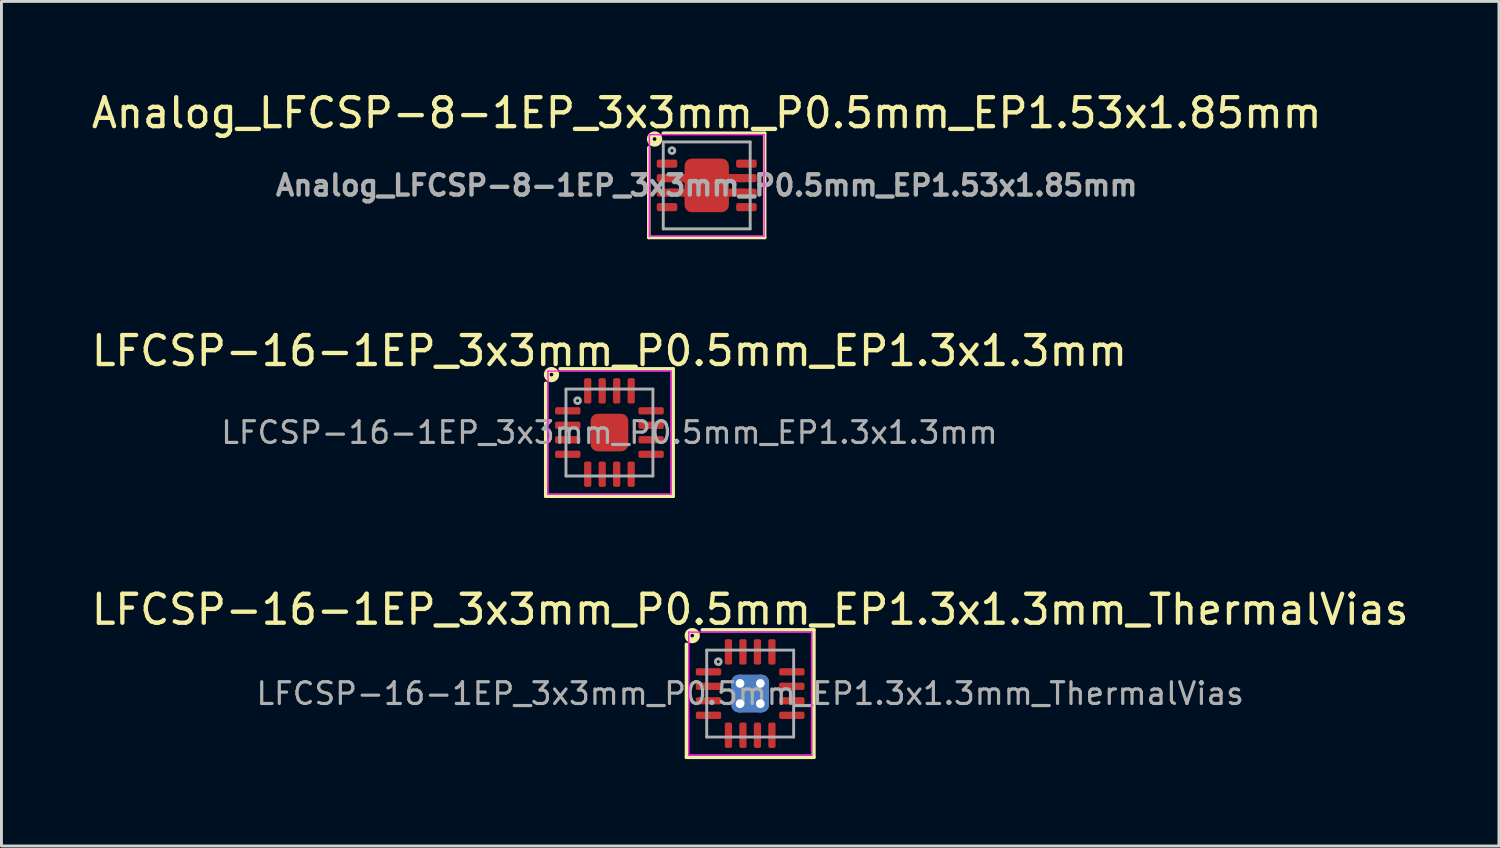
<source format=kicad_pcb>
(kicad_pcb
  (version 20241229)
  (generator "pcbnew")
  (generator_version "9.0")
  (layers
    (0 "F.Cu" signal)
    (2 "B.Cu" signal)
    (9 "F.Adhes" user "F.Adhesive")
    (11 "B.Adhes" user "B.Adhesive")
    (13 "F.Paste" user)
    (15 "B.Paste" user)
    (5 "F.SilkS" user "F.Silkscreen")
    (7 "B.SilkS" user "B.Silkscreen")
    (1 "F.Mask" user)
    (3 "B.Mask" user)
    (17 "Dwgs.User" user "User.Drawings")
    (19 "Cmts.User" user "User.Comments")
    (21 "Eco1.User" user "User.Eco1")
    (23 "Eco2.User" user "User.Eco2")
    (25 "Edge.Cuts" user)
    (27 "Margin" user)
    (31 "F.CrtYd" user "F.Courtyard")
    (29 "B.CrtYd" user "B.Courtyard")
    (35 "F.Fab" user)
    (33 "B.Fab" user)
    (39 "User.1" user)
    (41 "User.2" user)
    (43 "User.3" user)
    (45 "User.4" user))
  (footprint "LFCSP-16-1EP_3x3mm_P0.5mm_EP1.3x1.3mm_ThermalVias"
    (layer "F.Cu")
    (at 22.839 20.885)
    (property "Reference" "LFCSP-16-1EP_3x3mm_P0.5mm_EP1.3x1.3mm_ThermalVias" (at 0 -2.9 0) (layer "F.SilkS") (effects (font (size 1 1) (thickness 0.15))))
    (attr smd)
    (fp_line (start -2.2 2.2) (end -2.2 -1.7) (stroke (width 0.12) (type solid)) (layer "F.SilkS"))
    (fp_line (start 2.2 -2.2) (end -1.65 -2.2) (stroke (width 0.12) (type solid)) (layer "F.SilkS"))
    (fp_line (start 2.2 -2.2) (end 2.2 2.2) (stroke (width 0.12) (type solid)) (layer "F.SilkS"))
    (fp_line (start 2.2 2.2) (end -2.2 2.2) (stroke (width 0.12) (type solid)) (layer "F.SilkS"))
    (fp_circle (center -2 -2) (end -1.937 -2) (stroke (width 0.2) (type solid)) (fill no) (layer "F.SilkS"))
    (fp_line (start -2.12 -2.12) (end -2.12 2.12) (stroke (width 0.05) (type solid)) (layer "F.CrtYd"))
    (fp_line (start -2.12 2.12) (end 2.12 2.12) (stroke (width 0.05) (type solid)) (layer "F.CrtYd"))
    (fp_line (start 2.12 -2.12) (end -2.12 -2.12) (stroke (width 0.05) (type solid)) (layer "F.CrtYd"))
    (fp_line (start 2.12 2.12) (end 2.12 -2.12) (stroke (width 0.05) (type solid)) (layer "F.CrtYd"))
    (fp_line (start -1.5 -1.5) (end 1.5 -1.5) (stroke (width 0.1) (type solid)) (layer "F.Fab"))
    (fp_line (start -1.5 1.5) (end -1.5 -1.5) (stroke (width 0.1) (type solid)) (layer "F.Fab"))
    (fp_line (start 1.5 -1.5) (end 1.5 1.5) (stroke (width 0.1) (type solid)) (layer "F.Fab"))
    (fp_line (start 1.5 1.5) (end -1.5 1.5) (stroke (width 0.1) (type solid)) (layer "F.Fab"))
    (fp_circle (center -1.1 -1.1) (end -1 -1.1) (stroke (width 0.1) (type solid)) (fill no) (layer "F.Fab"))
    (fp_text user "${REFERENCE}" (at 0 0 0) (layer "F.Fab") (effects (font (size 0.75 0.75) (thickness 0.11))))
    (pad "" smd roundrect (at -0.325 -0.325) (size 0.52 0.52) (layers "F.Paste") (roundrect_rratio 0.25))
    (pad "" smd roundrect (at -0.325 0.325) (size 0.52 0.52) (layers "F.Paste") (roundrect_rratio 0.25))
    (pad "" smd roundrect (at 0.325 -0.325) (size 0.52 0.52) (layers "F.Paste") (roundrect_rratio 0.25))
    (pad "" smd roundrect (at 0.325 0.325) (size 0.52 0.52) (layers "F.Paste") (roundrect_rratio 0.25))
    (pad "1" smd roundrect (at -1.438 -0.75) (size 0.875 0.25) (layers "F.Cu" "F.Mask" "F.Paste") (roundrect_rratio 0.25))
    (pad "2" smd roundrect (at -1.438 -0.25) (size 0.875 0.25) (layers "F.Cu" "F.Mask" "F.Paste") (roundrect_rratio 0.25))
    (pad "3" smd roundrect (at -1.438 0.25) (size 0.875 0.25) (layers "F.Cu" "F.Mask" "F.Paste") (roundrect_rratio 0.25))
    (pad "4" smd roundrect (at -1.438 0.75) (size 0.875 0.25) (layers "F.Cu" "F.Mask" "F.Paste") (roundrect_rratio 0.25))
    (pad "5" smd roundrect (at -0.75 1.438) (size 0.25 0.875) (layers "F.Cu" "F.Mask" "F.Paste") (roundrect_rratio 0.25))
    (pad "6" smd roundrect (at -0.25 1.438) (size 0.25 0.875) (layers "F.Cu" "F.Mask" "F.Paste") (roundrect_rratio 0.25))
    (pad "7" smd roundrect (at 0.25 1.438) (size 0.25 0.875) (layers "F.Cu" "F.Mask" "F.Paste") (roundrect_rratio 0.25))
    (pad "8" smd roundrect (at 0.75 1.438) (size 0.25 0.875) (layers "F.Cu" "F.Mask" "F.Paste") (roundrect_rratio 0.25))
    (pad "9" smd roundrect (at 1.438 0.75) (size 0.875 0.25) (layers "F.Cu" "F.Mask" "F.Paste") (roundrect_rratio 0.25))
    (pad "10" smd roundrect (at 1.438 0.25) (size 0.875 0.25) (layers "F.Cu" "F.Mask" "F.Paste") (roundrect_rratio 0.25))
    (pad "11" smd roundrect (at 1.438 -0.25) (size 0.875 0.25) (layers "F.Cu" "F.Mask" "F.Paste") (roundrect_rratio 0.25))
    (pad "12" smd roundrect (at 1.438 -0.75) (size 0.875 0.25) (layers "F.Cu" "F.Mask" "F.Paste") (roundrect_rratio 0.25))
    (pad "13" smd roundrect (at 0.75 -1.438) (size 0.25 0.875) (layers "F.Cu" "F.Mask" "F.Paste") (roundrect_rratio 0.25))
    (pad "14" smd roundrect (at 0.25 -1.438) (size 0.25 0.875) (layers "F.Cu" "F.Mask" "F.Paste") (roundrect_rratio 0.25))
    (pad "15" smd roundrect (at -0.25 -1.438) (size 0.25 0.875) (layers "F.Cu" "F.Mask" "F.Paste") (roundrect_rratio 0.25))
    (pad "16" smd roundrect (at -0.75 -1.438) (size 0.25 0.875) (layers "F.Cu" "F.Mask" "F.Paste") (roundrect_rratio 0.25))
    (pad "17" thru_hole circle (at -0.35 -0.35) (size 0.6 0.6) (drill 0.3) (property pad_prop_heatsink) (layers "*.Cu"))
    (pad "17" thru_hole circle (at -0.35 0.35) (size 0.6 0.6) (drill 0.3) (property pad_prop_heatsink) (layers "*.Cu"))
    (pad "17" smd roundrect (at 0 0) (size 1.3 1.3) (layers "F.Cu" "F.Mask") (roundrect_rratio 0.192))
    (pad "17" smd roundrect (at 0 0) (size 1.3 1.3) (layers "B.Cu" "B.Mask") (roundrect_rratio 0.192))
    (pad "17" thru_hole circle (at 0.35 -0.35) (size 0.6 0.6) (drill 0.3) (property pad_prop_heatsink) (layers "*.Cu"))
    (pad "17" thru_hole circle (at 0.35 0.35) (size 0.6 0.6) (drill 0.3) (property pad_prop_heatsink) (layers "*.Cu")))
  (footprint "Analog_LFCSP-8-1EP_3x3mm_P0.5mm_EP1.53x1.85mm"
    (layer "F.Cu")
    (at 21.339 3.348)
    (property "Reference" "Analog_LFCSP-8-1EP_3x3mm_P0.5mm_EP1.53x1.85mm" (at 0 -2.5 0) (layer "F.SilkS") (effects (font (size 1 1) (thickness 0.15))))
    (attr smd)
    (fp_line (start -2 1.8) (end -2 -1.3) (stroke (width 0.12) (type solid)) (layer "F.SilkS"))
    (fp_line (start 2 -1.8) (end -1.5 -1.8) (stroke (width 0.12) (type solid)) (layer "F.SilkS"))
    (fp_line (start 2 -1.8) (end 2 1.8) (stroke (width 0.12) (type solid)) (layer "F.SilkS"))
    (fp_line (start 2 1.8) (end -2 1.8) (stroke (width 0.12) (type solid)) (layer "F.SilkS"))
    (fp_circle (center -1.8 -1.6) (end -1.736 -1.6) (stroke (width 0.2) (type solid)) (fill no) (layer "F.SilkS"))
    (fp_line (start -1.98 -1.75) (end 1.98 -1.75) (stroke (width 0.05) (type solid)) (layer "F.CrtYd"))
    (fp_line (start -1.98 1.75) (end -1.98 -1.75) (stroke (width 0.05) (type solid)) (layer "F.CrtYd"))
    (fp_line (start 1.98 -1.75) (end 1.98 1.75) (stroke (width 0.05) (type solid)) (layer "F.CrtYd"))
    (fp_line (start 1.98 1.75) (end -1.98 1.75) (stroke (width 0.05) (type solid)) (layer "F.CrtYd"))
    (fp_line (start -1.5 -1.5) (end -1.5 1.5) (stroke (width 0.1) (type solid)) (layer "F.Fab"))
    (fp_line (start -1.5 -1.5) (end 1.5 -1.5) (stroke (width 0.1) (type solid)) (layer "F.Fab"))
    (fp_line (start 1.5 1.5) (end -1.5 1.5) (stroke (width 0.1) (type solid)) (layer "F.Fab"))
    (fp_line (start 1.5 1.5) (end 1.5 -1.5) (stroke (width 0.1) (type solid)) (layer "F.Fab"))
    (fp_circle (center -1.2 -1.2) (end -1.1 -1.2) (stroke (width 0.1) (type solid)) (fill no) (layer "F.Fab"))
    (fp_text user "${REFERENCE}" (at 0 0 180) (layer "F.Fab") (effects (font (size 0.7 0.7) (thickness 0.15))))
    (pad "" smd roundrect (at 0 0) (size 1.2 1.55) (layers "F.Paste") (roundrect_rratio 0.208))
    (pad "1" smd roundrect (at -1.37 -0.75) (size 0.71 0.28) (layers "F.Cu" "F.Mask" "F.Paste") (roundrect_rratio 0.25))
    (pad "2" smd roundrect (at -1.37 -0.25) (size 0.71 0.28) (layers "F.Cu" "F.Mask" "F.Paste") (roundrect_rratio 0.25))
    (pad "2" smd roundrect (at -1.37 0.25) (size 0.71 0.28) (layers "F.Cu" "F.Mask" "F.Paste") (roundrect_rratio 0.25))
    (pad "2" smd roundrect (at -1.015 -0.25) (size 0.71 0.28) (layers "F.Cu" "F.Mask") (roundrect_rratio 0.25))
    (pad "2" smd roundrect (at -1 0.25) (size 0.71 0.28) (layers "F.Cu" "F.Mask") (roundrect_rratio 0.25))
    (pad "2" smd roundrect (at 0 0 90) (size 1.85 1.53) (layers "F.Cu" "F.Mask") (roundrect_rratio 0.163))
    (pad "2" smd roundrect (at 1.015 -0.25) (size 0.71 0.28) (layers "F.Cu" "F.Mask") (roundrect_rratio 0.25))
    (pad "2" smd roundrect (at 1.015 0.25) (size 0.71 0.28) (layers "F.Cu" "F.Mask") (roundrect_rratio 0.25))
    (pad "2" smd roundrect (at 1.37 -0.25) (size 0.71 0.28) (layers "F.Cu" "F.Mask" "F.Paste") (roundrect_rratio 0.25))
    (pad "2" smd roundrect (at 1.37 0.25) (size 0.71 0.28) (layers "F.Cu" "F.Mask" "F.Paste") (roundrect_rratio 0.25))
    (pad "4" smd roundrect (at -1.37 0.75) (size 0.71 0.28) (layers "F.Cu" "F.Mask" "F.Paste") (roundrect_rratio 0.25))
    (pad "5" smd roundrect (at 1.37 0.75) (size 0.71 0.28) (layers "F.Cu" "F.Mask" "F.Paste") (roundrect_rratio 0.25))
    (pad "8" smd roundrect (at 1.37 -0.75) (size 0.71 0.28) (layers "F.Cu" "F.Mask" "F.Paste") (roundrect_rratio 0.25)))
  (footprint "LFCSP-16-1EP_3x3mm_P0.5mm_EP1.3x1.3mm"
    (layer "F.Cu")
    (at 17.982 11.877)
    (property "Reference" "LFCSP-16-1EP_3x3mm_P0.5mm_EP1.3x1.3mm" (at 0 -2.82 0) (layer "F.SilkS") (effects (font (size 1 1) (thickness 0.15))))
    (attr smd)
    (fp_line (start -2.2 2.2) (end -2.2 -1.7) (stroke (width 0.12) (type solid)) (layer "F.SilkS"))
    (fp_line (start 2.2 -2.2) (end -1.7 -2.2) (stroke (width 0.12) (type solid)) (layer "F.SilkS"))
    (fp_line (start 2.2 -2.2) (end 2.2 2.2) (stroke (width 0.12) (type solid)) (layer "F.SilkS"))
    (fp_line (start 2.2 2.2) (end -2.2 2.2) (stroke (width 0.12) (type solid)) (layer "F.SilkS"))
    (fp_circle (center -2 -2) (end -1.937 -2) (stroke (width 0.2) (type solid)) (fill no) (layer "F.SilkS"))
    (fp_line (start -2.12 -2.12) (end -2.12 2.12) (stroke (width 0.05) (type solid)) (layer "F.CrtYd"))
    (fp_line (start -2.12 2.12) (end 2.12 2.12) (stroke (width 0.05) (type solid)) (layer "F.CrtYd"))
    (fp_line (start 2.12 -2.12) (end -2.12 -2.12) (stroke (width 0.05) (type solid)) (layer "F.CrtYd"))
    (fp_line (start 2.12 2.12) (end 2.12 -2.12) (stroke (width 0.05) (type solid)) (layer "F.CrtYd"))
    (fp_line (start -1.5 -1.5) (end 1.5 -1.5) (stroke (width 0.1) (type solid)) (layer "F.Fab"))
    (fp_line (start -1.5 1.5) (end -1.5 -1.5) (stroke (width 0.1) (type solid)) (layer "F.Fab"))
    (fp_line (start 1.5 -1.5) (end 1.5 1.5) (stroke (width 0.1) (type solid)) (layer "F.Fab"))
    (fp_line (start 1.5 1.5) (end -1.5 1.5) (stroke (width 0.1) (type solid)) (layer "F.Fab"))
    (fp_circle (center -1.1 -1.1) (end -1 -1.1) (stroke (width 0.1) (type solid)) (fill no) (layer "F.Fab"))
    (fp_text user "${REFERENCE}" (at 0 0 0) (layer "F.Fab") (effects (font (size 0.75 0.75) (thickness 0.11))))
    (pad "" smd roundrect (at -0.325 -0.325) (size 0.52 0.52) (layers "F.Paste") (roundrect_rratio 0.25))
    (pad "" smd roundrect (at -0.325 0.325) (size 0.52 0.52) (layers "F.Paste") (roundrect_rratio 0.25))
    (pad "" smd roundrect (at 0.325 -0.325) (size 0.52 0.52) (layers "F.Paste") (roundrect_rratio 0.25))
    (pad "" smd roundrect (at 0.325 0.325) (size 0.52 0.52) (layers "F.Paste") (roundrect_rratio 0.25))
    (pad "1" smd roundrect (at -1.438 -0.75) (size 0.875 0.25) (layers "F.Cu" "F.Mask" "F.Paste") (roundrect_rratio 0.25))
    (pad "2" smd roundrect (at -1.438 -0.25) (size 0.875 0.25) (layers "F.Cu" "F.Mask" "F.Paste") (roundrect_rratio 0.25))
    (pad "3" smd roundrect (at -1.438 0.25) (size 0.875 0.25) (layers "F.Cu" "F.Mask" "F.Paste") (roundrect_rratio 0.25))
    (pad "4" smd roundrect (at -1.438 0.75) (size 0.875 0.25) (layers "F.Cu" "F.Mask" "F.Paste") (roundrect_rratio 0.25))
    (pad "5" smd roundrect (at -0.75 1.438) (size 0.25 0.875) (layers "F.Cu" "F.Mask" "F.Paste") (roundrect_rratio 0.25))
    (pad "6" smd roundrect (at -0.25 1.438) (size 0.25 0.875) (layers "F.Cu" "F.Mask" "F.Paste") (roundrect_rratio 0.25))
    (pad "7" smd roundrect (at 0.25 1.438) (size 0.25 0.875) (layers "F.Cu" "F.Mask" "F.Paste") (roundrect_rratio 0.25))
    (pad "8" smd roundrect (at 0.75 1.438) (size 0.25 0.875) (layers "F.Cu" "F.Mask" "F.Paste") (roundrect_rratio 0.25))
    (pad "9" smd roundrect (at 1.438 0.75) (size 0.875 0.25) (layers "F.Cu" "F.Mask" "F.Paste") (roundrect_rratio 0.25))
    (pad "10" smd roundrect (at 1.438 0.25) (size 0.875 0.25) (layers "F.Cu" "F.Mask" "F.Paste") (roundrect_rratio 0.25))
    (pad "11" smd roundrect (at 1.438 -0.25) (size 0.875 0.25) (layers "F.Cu" "F.Mask" "F.Paste") (roundrect_rratio 0.25))
    (pad "12" smd roundrect (at 1.438 -0.75) (size 0.875 0.25) (layers "F.Cu" "F.Mask" "F.Paste") (roundrect_rratio 0.25))
    (pad "13" smd roundrect (at 0.75 -1.438) (size 0.25 0.875) (layers "F.Cu" "F.Mask" "F.Paste") (roundrect_rratio 0.25))
    (pad "14" smd roundrect (at 0.25 -1.438) (size 0.25 0.875) (layers "F.Cu" "F.Mask" "F.Paste") (roundrect_rratio 0.25))
    (pad "15" smd roundrect (at -0.25 -1.438) (size 0.25 0.875) (layers "F.Cu" "F.Mask" "F.Paste") (roundrect_rratio 0.25))
    (pad "16" smd roundrect (at -0.75 -1.438) (size 0.25 0.875) (layers "F.Cu" "F.Mask" "F.Paste") (roundrect_rratio 0.25))
    (pad "17" smd roundrect (at 0 0) (size 1.3 1.3) (layers "F.Cu" "F.Mask") (roundrect_rratio 0.192)))
  (gr_rect
    (start -3 -3)
    (end 48.679 26.145)
    (stroke (width 0.1) (type default))
    (fill no)
    (layer "Edge.Cuts")))
</source>
